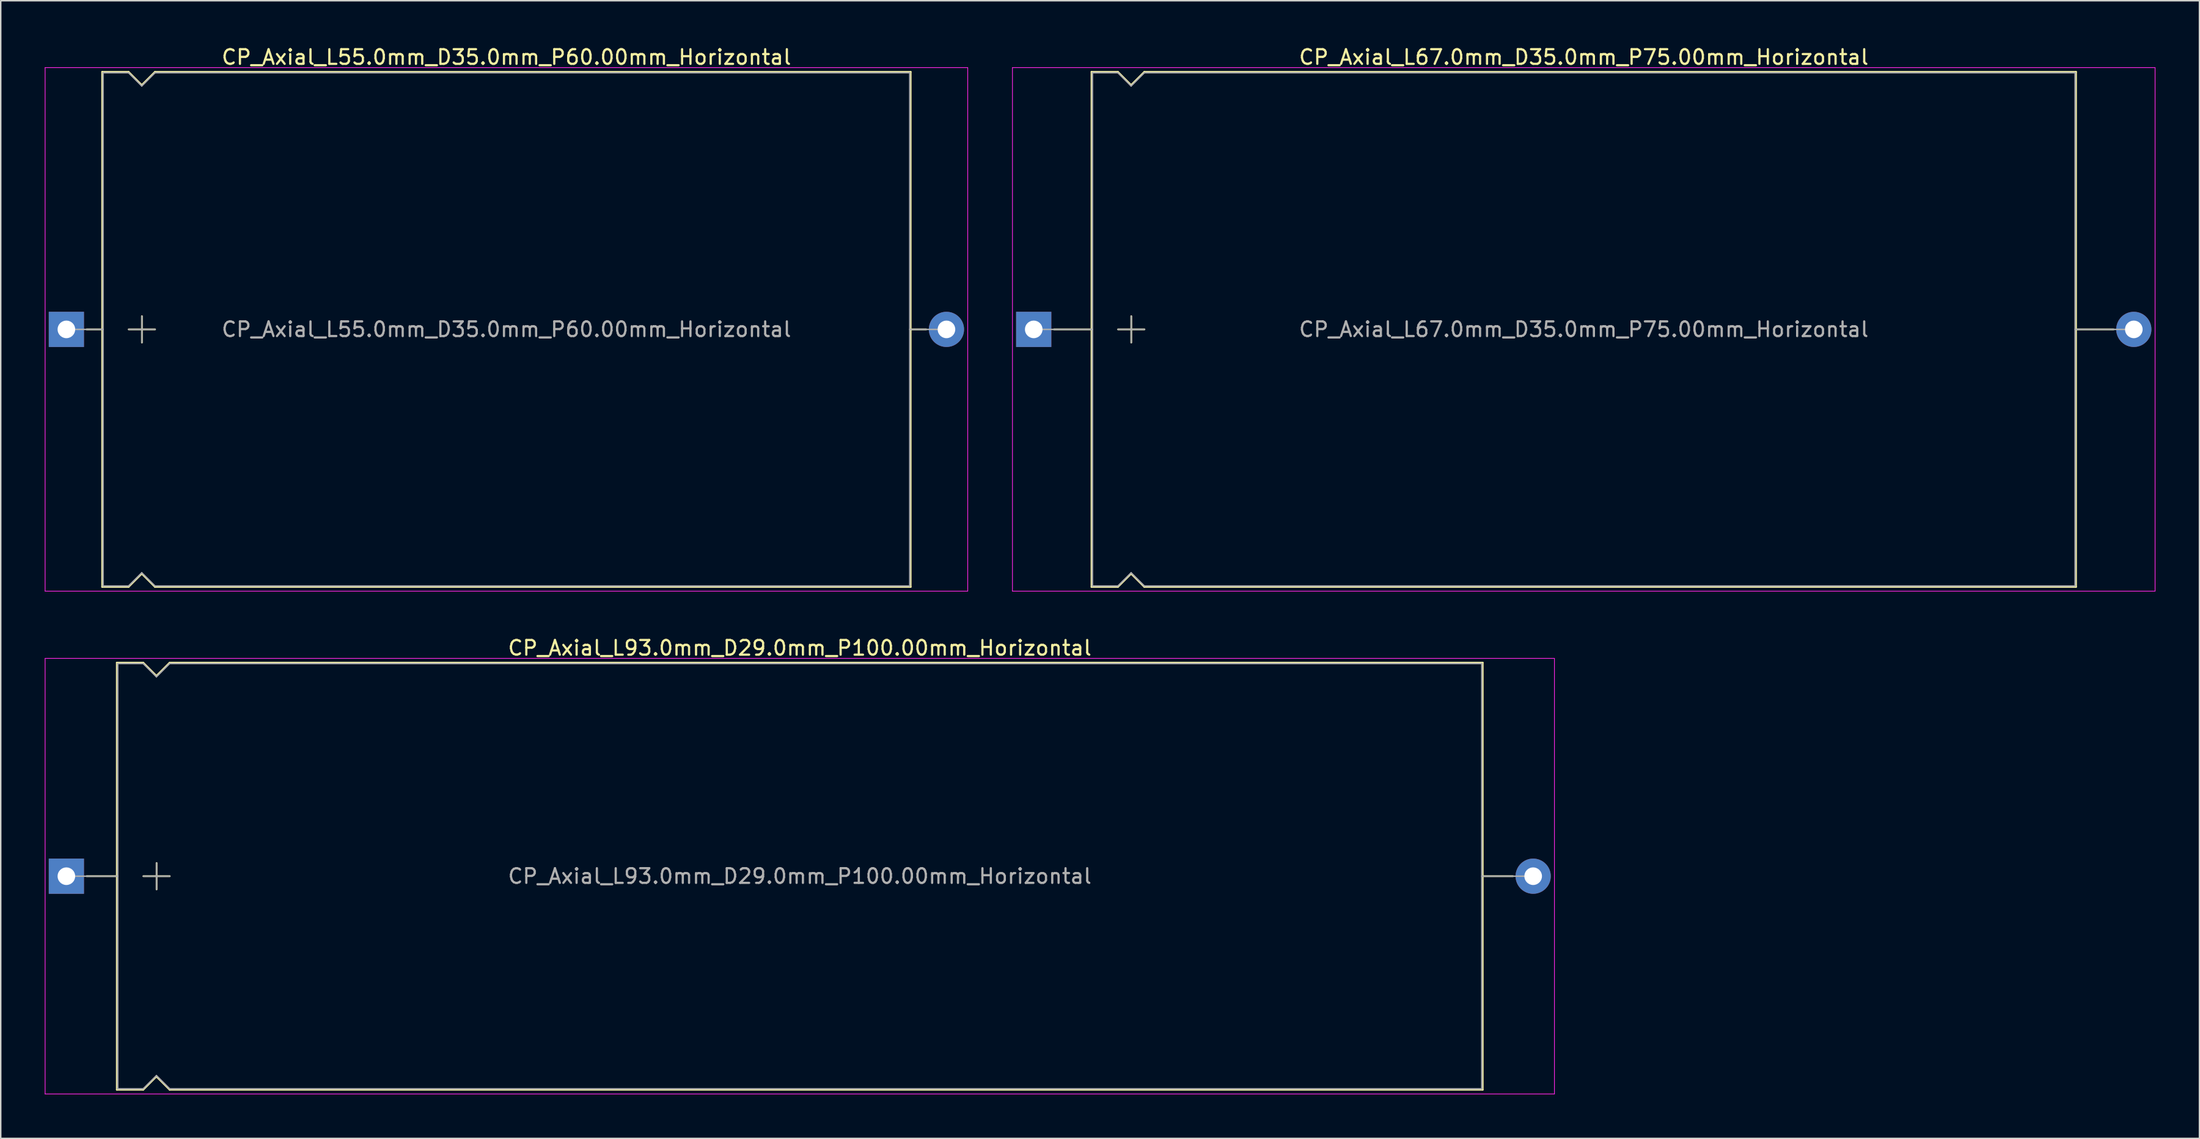
<source format=kicad_pcb>
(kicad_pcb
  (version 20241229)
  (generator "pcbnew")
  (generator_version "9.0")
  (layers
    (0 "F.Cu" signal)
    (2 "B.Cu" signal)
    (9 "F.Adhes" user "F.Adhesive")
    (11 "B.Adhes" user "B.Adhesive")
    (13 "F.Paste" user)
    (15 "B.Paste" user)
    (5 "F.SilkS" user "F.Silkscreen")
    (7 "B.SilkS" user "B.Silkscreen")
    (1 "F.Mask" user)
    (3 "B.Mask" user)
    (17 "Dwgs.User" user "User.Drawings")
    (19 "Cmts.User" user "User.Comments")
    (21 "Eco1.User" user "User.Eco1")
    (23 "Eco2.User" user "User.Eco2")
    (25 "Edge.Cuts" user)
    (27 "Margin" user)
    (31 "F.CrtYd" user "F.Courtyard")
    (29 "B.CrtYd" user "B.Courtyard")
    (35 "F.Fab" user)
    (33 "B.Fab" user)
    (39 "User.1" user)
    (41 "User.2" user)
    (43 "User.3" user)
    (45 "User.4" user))
  (footprint "CP_Axial_L67.0mm_D35.0mm_P75.00mm_Horizontal"
    (layer "F.Cu")
    (at 67.425 19.408)
    (property "Reference" "CP_Axial_L67.0mm_D35.0mm_P75.00mm_Horizontal" (at 37.5 -18.56 0) (layer "F.SilkS") (effects (font (size 1 1) (thickness 0.15))))
    (attr through_hole)
    (fp_line (start 1.38 0) (end 3.94 0) (stroke (width 0.12) (type solid)) (layer "F.SilkS"))
    (fp_line (start 3.94 -17.56) (end 3.94 17.56) (stroke (width 0.12) (type solid)) (layer "F.SilkS"))
    (fp_line (start 3.94 -17.56) (end 5.74 -17.56) (stroke (width 0.12) (type solid)) (layer "F.SilkS"))
    (fp_line (start 3.94 17.56) (end 5.74 17.56) (stroke (width 0.12) (type solid)) (layer "F.SilkS"))
    (fp_line (start 5.74 -17.56) (end 6.64 -16.66) (stroke (width 0.12) (type solid)) (layer "F.SilkS"))
    (fp_line (start 5.74 17.56) (end 6.64 16.66) (stroke (width 0.12) (type solid)) (layer "F.SilkS"))
    (fp_line (start 5.75 0) (end 7.55 0) (stroke (width 0.12) (type solid)) (layer "F.SilkS"))
    (fp_line (start 6.64 -16.66) (end 7.54 -17.56) (stroke (width 0.12) (type solid)) (layer "F.SilkS"))
    (fp_line (start 6.64 16.66) (end 7.54 17.56) (stroke (width 0.12) (type solid)) (layer "F.SilkS"))
    (fp_line (start 6.65 -0.9) (end 6.65 0.9) (stroke (width 0.12) (type solid)) (layer "F.SilkS"))
    (fp_line (start 7.54 -17.56) (end 71.06 -17.56) (stroke (width 0.12) (type solid)) (layer "F.SilkS"))
    (fp_line (start 7.54 17.56) (end 71.06 17.56) (stroke (width 0.12) (type solid)) (layer "F.SilkS"))
    (fp_line (start 71.06 -17.56) (end 71.06 17.56) (stroke (width 0.12) (type solid)) (layer "F.SilkS"))
    (fp_line (start 73.62 0) (end 71.06 0) (stroke (width 0.12) (type solid)) (layer "F.SilkS"))
    (fp_line (start -1.45 -17.85) (end -1.45 17.85) (stroke (width 0.05) (type solid)) (layer "F.CrtYd"))
    (fp_line (start -1.45 17.85) (end 76.45 17.85) (stroke (width 0.05) (type solid)) (layer "F.CrtYd"))
    (fp_line (start 76.45 -17.85) (end -1.45 -17.85) (stroke (width 0.05) (type solid)) (layer "F.CrtYd"))
    (fp_line (start 76.45 17.85) (end 76.45 -17.85) (stroke (width 0.05) (type solid)) (layer "F.CrtYd"))
    (fp_line (start 0 0) (end 4 0) (stroke (width 0.1) (type solid)) (layer "F.Fab"))
    (fp_line (start 4 -17.5) (end 4 17.5) (stroke (width 0.1) (type solid)) (layer "F.Fab"))
    (fp_line (start 4 -17.5) (end 5.74 -17.5) (stroke (width 0.1) (type solid)) (layer "F.Fab"))
    (fp_line (start 4 17.5) (end 5.74 17.5) (stroke (width 0.1) (type solid)) (layer "F.Fab"))
    (fp_line (start 5.74 -17.5) (end 6.64 -16.6) (stroke (width 0.1) (type solid)) (layer "F.Fab"))
    (fp_line (start 5.74 17.5) (end 6.64 16.6) (stroke (width 0.1) (type solid)) (layer "F.Fab"))
    (fp_line (start 5.75 0) (end 7.55 0) (stroke (width 0.1) (type solid)) (layer "F.Fab"))
    (fp_line (start 6.64 -16.6) (end 7.54 -17.5) (stroke (width 0.1) (type solid)) (layer "F.Fab"))
    (fp_line (start 6.64 16.6) (end 7.54 17.5) (stroke (width 0.1) (type solid)) (layer "F.Fab"))
    (fp_line (start 6.65 -0.9) (end 6.65 0.9) (stroke (width 0.1) (type solid)) (layer "F.Fab"))
    (fp_line (start 7.54 -17.5) (end 71 -17.5) (stroke (width 0.1) (type solid)) (layer "F.Fab"))
    (fp_line (start 7.54 17.5) (end 71 17.5) (stroke (width 0.1) (type solid)) (layer "F.Fab"))
    (fp_line (start 71 -17.5) (end 71 17.5) (stroke (width 0.1) (type solid)) (layer "F.Fab"))
    (fp_line (start 75 0) (end 71 0) (stroke (width 0.1) (type solid)) (layer "F.Fab"))
    (fp_text user "${REFERENCE}" (at 37.5 0 0) (layer "F.Fab") (effects (font (size 1 1) (thickness 0.15))))
    (pad "1" thru_hole rect (at 0 0) (size 2.4 2.4) (drill 1.2) (layers "*.Cu" "*.Mask"))
    (pad "2" thru_hole oval (at 75 0) (size 2.4 2.4) (drill 1.2) (layers "*.Cu" "*.Mask")))
  (footprint "CP_Axial_L93.0mm_D29.0mm_P100.00mm_Horizontal"
    (layer "F.Cu")
    (at 1.475 56.691)
    (property "Reference" "CP_Axial_L93.0mm_D29.0mm_P100.00mm_Horizontal" (at 50 -15.56 0) (layer "F.SilkS") (effects (font (size 1 1) (thickness 0.15))))
    (attr through_hole)
    (fp_line (start 1.38 0) (end 3.44 0) (stroke (width 0.12) (type solid)) (layer "F.SilkS"))
    (fp_line (start 3.44 -14.56) (end 3.44 14.56) (stroke (width 0.12) (type solid)) (layer "F.SilkS"))
    (fp_line (start 3.44 -14.56) (end 5.24 -14.56) (stroke (width 0.12) (type solid)) (layer "F.SilkS"))
    (fp_line (start 3.44 14.56) (end 5.24 14.56) (stroke (width 0.12) (type solid)) (layer "F.SilkS"))
    (fp_line (start 5.24 -14.56) (end 6.14 -13.66) (stroke (width 0.12) (type solid)) (layer "F.SilkS"))
    (fp_line (start 5.24 14.56) (end 6.14 13.66) (stroke (width 0.12) (type solid)) (layer "F.SilkS"))
    (fp_line (start 5.25 0) (end 7.05 0) (stroke (width 0.12) (type solid)) (layer "F.SilkS"))
    (fp_line (start 6.14 -13.66) (end 7.04 -14.56) (stroke (width 0.12) (type solid)) (layer "F.SilkS"))
    (fp_line (start 6.14 13.66) (end 7.04 14.56) (stroke (width 0.12) (type solid)) (layer "F.SilkS"))
    (fp_line (start 6.15 -0.9) (end 6.15 0.9) (stroke (width 0.12) (type solid)) (layer "F.SilkS"))
    (fp_line (start 7.04 -14.56) (end 96.56 -14.56) (stroke (width 0.12) (type solid)) (layer "F.SilkS"))
    (fp_line (start 7.04 14.56) (end 96.56 14.56) (stroke (width 0.12) (type solid)) (layer "F.SilkS"))
    (fp_line (start 96.56 -14.56) (end 96.56 14.56) (stroke (width 0.12) (type solid)) (layer "F.SilkS"))
    (fp_line (start 98.62 0) (end 96.56 0) (stroke (width 0.12) (type solid)) (layer "F.SilkS"))
    (fp_line (start -1.45 -14.85) (end -1.45 14.85) (stroke (width 0.05) (type solid)) (layer "F.CrtYd"))
    (fp_line (start -1.45 14.85) (end 101.45 14.85) (stroke (width 0.05) (type solid)) (layer "F.CrtYd"))
    (fp_line (start 101.45 -14.85) (end -1.45 -14.85) (stroke (width 0.05) (type solid)) (layer "F.CrtYd"))
    (fp_line (start 101.45 14.85) (end 101.45 -14.85) (stroke (width 0.05) (type solid)) (layer "F.CrtYd"))
    (fp_line (start 0 0) (end 3.5 0) (stroke (width 0.1) (type solid)) (layer "F.Fab"))
    (fp_line (start 3.5 -14.5) (end 3.5 14.5) (stroke (width 0.1) (type solid)) (layer "F.Fab"))
    (fp_line (start 3.5 -14.5) (end 5.24 -14.5) (stroke (width 0.1) (type solid)) (layer "F.Fab"))
    (fp_line (start 3.5 14.5) (end 5.24 14.5) (stroke (width 0.1) (type solid)) (layer "F.Fab"))
    (fp_line (start 5.24 -14.5) (end 6.14 -13.6) (stroke (width 0.1) (type solid)) (layer "F.Fab"))
    (fp_line (start 5.24 14.5) (end 6.14 13.6) (stroke (width 0.1) (type solid)) (layer "F.Fab"))
    (fp_line (start 5.25 0) (end 7.05 0) (stroke (width 0.1) (type solid)) (layer "F.Fab"))
    (fp_line (start 6.14 -13.6) (end 7.04 -14.5) (stroke (width 0.1) (type solid)) (layer "F.Fab"))
    (fp_line (start 6.14 13.6) (end 7.04 14.5) (stroke (width 0.1) (type solid)) (layer "F.Fab"))
    (fp_line (start 6.15 -0.9) (end 6.15 0.9) (stroke (width 0.1) (type solid)) (layer "F.Fab"))
    (fp_line (start 7.04 -14.5) (end 96.5 -14.5) (stroke (width 0.1) (type solid)) (layer "F.Fab"))
    (fp_line (start 7.04 14.5) (end 96.5 14.5) (stroke (width 0.1) (type solid)) (layer "F.Fab"))
    (fp_line (start 96.5 -14.5) (end 96.5 14.5) (stroke (width 0.1) (type solid)) (layer "F.Fab"))
    (fp_line (start 100 0) (end 96.5 0) (stroke (width 0.1) (type solid)) (layer "F.Fab"))
    (fp_text user "${REFERENCE}" (at 50 0 0) (layer "F.Fab") (effects (font (size 1 1) (thickness 0.15))))
    (pad "1" thru_hole rect (at 0 0) (size 2.4 2.4) (drill 1.2) (layers "*.Cu" "*.Mask"))
    (pad "2" thru_hole oval (at 100 0) (size 2.4 2.4) (drill 1.2) (layers "*.Cu" "*.Mask")))
  (footprint "CP_Axial_L55.0mm_D35.0mm_P60.00mm_Horizontal"
    (layer "F.Cu")
    (at 1.475 19.408)
    (property "Reference" "CP_Axial_L55.0mm_D35.0mm_P60.00mm_Horizontal" (at 30 -18.56 0) (layer "F.SilkS") (effects (font (size 1 1) (thickness 0.15))))
    (attr through_hole)
    (fp_line (start 1.38 0) (end 2.44 0) (stroke (width 0.12) (type solid)) (layer "F.SilkS"))
    (fp_line (start 2.44 -17.56) (end 2.44 17.56) (stroke (width 0.12) (type solid)) (layer "F.SilkS"))
    (fp_line (start 2.44 -17.56) (end 4.24 -17.56) (stroke (width 0.12) (type solid)) (layer "F.SilkS"))
    (fp_line (start 2.44 17.56) (end 4.24 17.56) (stroke (width 0.12) (type solid)) (layer "F.SilkS"))
    (fp_line (start 4.24 -17.56) (end 5.14 -16.66) (stroke (width 0.12) (type solid)) (layer "F.SilkS"))
    (fp_line (start 4.24 17.56) (end 5.14 16.66) (stroke (width 0.12) (type solid)) (layer "F.SilkS"))
    (fp_line (start 4.25 0) (end 6.05 0) (stroke (width 0.12) (type solid)) (layer "F.SilkS"))
    (fp_line (start 5.14 -16.66) (end 6.04 -17.56) (stroke (width 0.12) (type solid)) (layer "F.SilkS"))
    (fp_line (start 5.14 16.66) (end 6.04 17.56) (stroke (width 0.12) (type solid)) (layer "F.SilkS"))
    (fp_line (start 5.15 -0.9) (end 5.15 0.9) (stroke (width 0.12) (type solid)) (layer "F.SilkS"))
    (fp_line (start 6.04 -17.56) (end 57.56 -17.56) (stroke (width 0.12) (type solid)) (layer "F.SilkS"))
    (fp_line (start 6.04 17.56) (end 57.56 17.56) (stroke (width 0.12) (type solid)) (layer "F.SilkS"))
    (fp_line (start 57.56 -17.56) (end 57.56 17.56) (stroke (width 0.12) (type solid)) (layer "F.SilkS"))
    (fp_line (start 58.62 0) (end 57.56 0) (stroke (width 0.12) (type solid)) (layer "F.SilkS"))
    (fp_line (start -1.45 -17.85) (end -1.45 17.85) (stroke (width 0.05) (type solid)) (layer "F.CrtYd"))
    (fp_line (start -1.45 17.85) (end 61.45 17.85) (stroke (width 0.05) (type solid)) (layer "F.CrtYd"))
    (fp_line (start 61.45 -17.85) (end -1.45 -17.85) (stroke (width 0.05) (type solid)) (layer "F.CrtYd"))
    (fp_line (start 61.45 17.85) (end 61.45 -17.85) (stroke (width 0.05) (type solid)) (layer "F.CrtYd"))
    (fp_line (start 0 0) (end 2.5 0) (stroke (width 0.1) (type solid)) (layer "F.Fab"))
    (fp_line (start 2.5 -17.5) (end 2.5 17.5) (stroke (width 0.1) (type solid)) (layer "F.Fab"))
    (fp_line (start 2.5 -17.5) (end 4.24 -17.5) (stroke (width 0.1) (type solid)) (layer "F.Fab"))
    (fp_line (start 2.5 17.5) (end 4.24 17.5) (stroke (width 0.1) (type solid)) (layer "F.Fab"))
    (fp_line (start 4.24 -17.5) (end 5.14 -16.6) (stroke (width 0.1) (type solid)) (layer "F.Fab"))
    (fp_line (start 4.24 17.5) (end 5.14 16.6) (stroke (width 0.1) (type solid)) (layer "F.Fab"))
    (fp_line (start 4.25 0) (end 6.05 0) (stroke (width 0.1) (type solid)) (layer "F.Fab"))
    (fp_line (start 5.14 -16.6) (end 6.04 -17.5) (stroke (width 0.1) (type solid)) (layer "F.Fab"))
    (fp_line (start 5.14 16.6) (end 6.04 17.5) (stroke (width 0.1) (type solid)) (layer "F.Fab"))
    (fp_line (start 5.15 -0.9) (end 5.15 0.9) (stroke (width 0.1) (type solid)) (layer "F.Fab"))
    (fp_line (start 6.04 -17.5) (end 57.5 -17.5) (stroke (width 0.1) (type solid)) (layer "F.Fab"))
    (fp_line (start 6.04 17.5) (end 57.5 17.5) (stroke (width 0.1) (type solid)) (layer "F.Fab"))
    (fp_line (start 57.5 -17.5) (end 57.5 17.5) (stroke (width 0.1) (type solid)) (layer "F.Fab"))
    (fp_line (start 60 0) (end 57.5 0) (stroke (width 0.1) (type solid)) (layer "F.Fab"))
    (fp_text user "${REFERENCE}" (at 30 0 0) (layer "F.Fab") (effects (font (size 1 1) (thickness 0.15))))
    (pad "1" thru_hole rect (at 0 0) (size 2.4 2.4) (drill 1.2) (layers "*.Cu" "*.Mask"))
    (pad "2" thru_hole oval (at 60 0) (size 2.4 2.4) (drill 1.2) (layers "*.Cu" "*.Mask")))
  (gr_rect
    (start -3 -3)
    (end 146.9 74.567)
    (stroke (width 0.1) (type default))
    (fill no)
    (layer "Edge.Cuts")))
</source>
